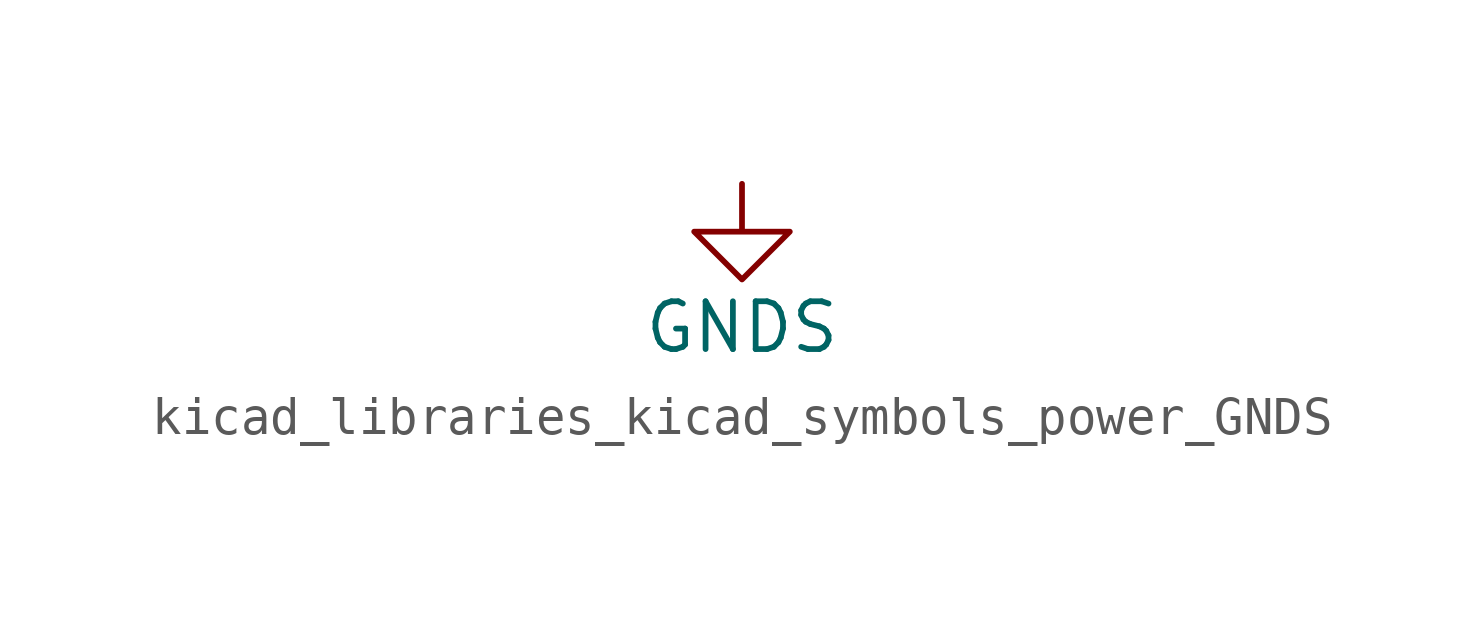
<source format=kicad_sym>
(kicad_symbol_lib
  (version 20220914)
  (generator kicad_symbol_editor)
  (symbol "kicad_libraries_kicad_symbols_power_GNDS"
    (power)
    (pin_names
      (offset 0))
    (property "Reference" "#PWR"
      (at 0 -6.35 0)
      (effects (font (size 1.27 1.27)) hide))
    (property "Value" "GNDS"
      (at 0 -3.81 0)
      (effects (font (size 1.27 1.27))))
    (symbol "kicad_libraries_kicad_symbols_power_GNDS_0_1"
      (polyline (pts (xy 0 0) (xy 0 -1.27) (xy 1.27 -1.27) (xy 0 -2.54) (xy -1.27 -1.27) (xy 0 -1.27)) (stroke (width 0) (type default)) (fill (type none))))
    (symbol "kicad_libraries_kicad_symbols_power_GNDS_1_1"
      (pin power_in line (at 0 0 270) (length 0) hide (name "GNDS" (effects (font (size 1.27 1.27)))) (number "1" (effects (font (size 1.27 1.27))))))))
</source>
